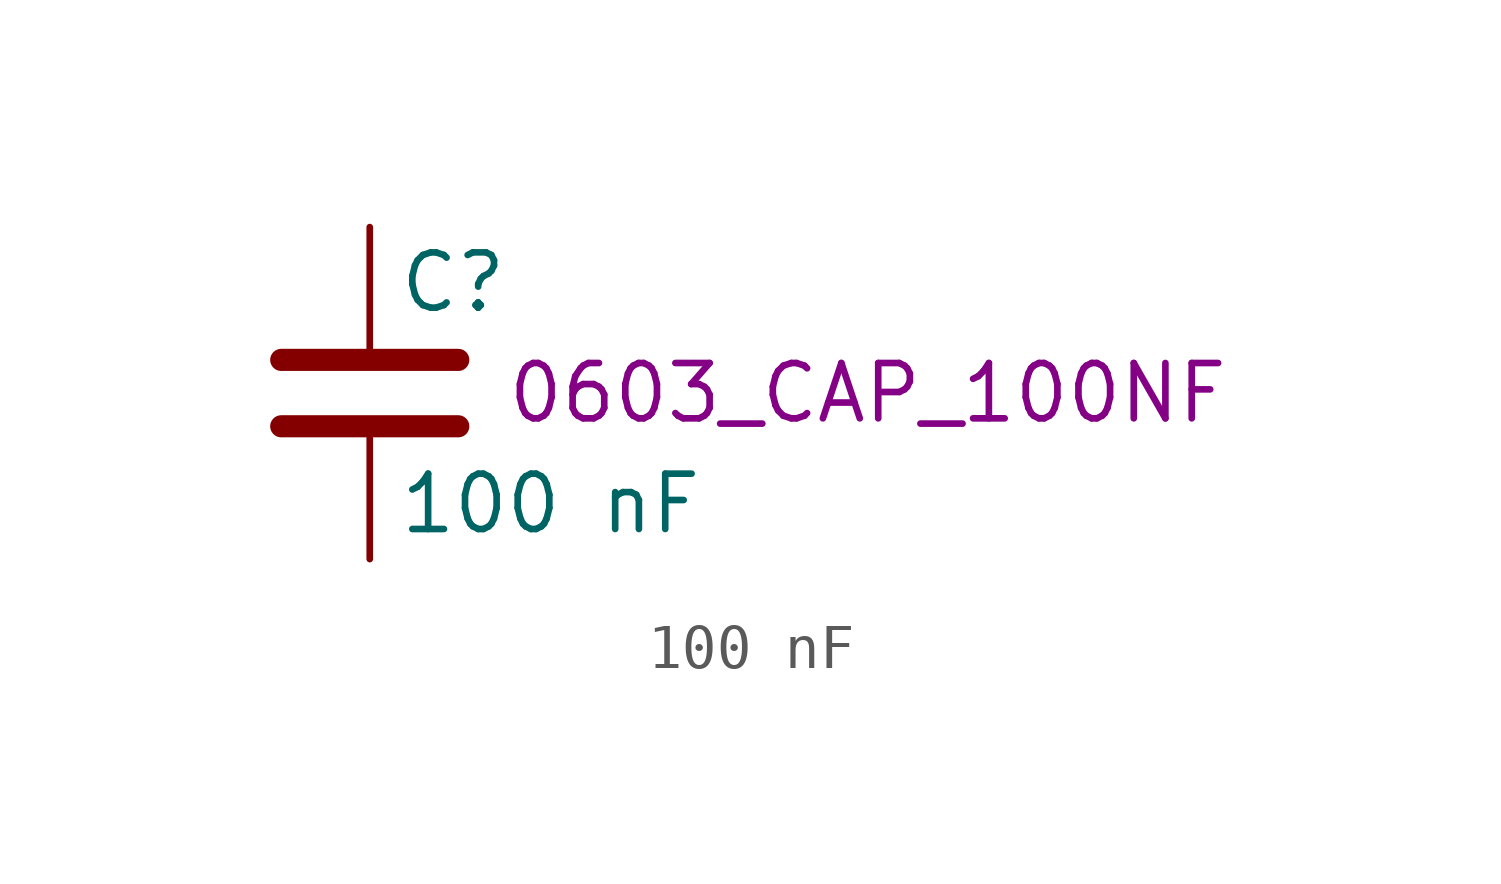
<source format=kicad_sym>
(kicad_symbol_lib
  (version 20211014)
  (generator kicad_symbol_editor)
  (symbol "100 nF"
    (pin_numbers hide)
    (pin_names
      (offset 0.254))
    (property "Reference" "C"
      (at 0.635 2.54 0)
      (effects (font (size 1.27 1.27)) (justify left)))
    (property "Value" "100 nF"
      (at 0.635 -2.54 0)
      (effects (font (size 1.27 1.27)) (justify left)))
    (property "Part Number" "0603_CAP_100NF"
      (at 11.43 0 0)
      (effects (font (size 1.27 1.27))))
    (symbol "100 nF_0_1"
      (polyline (pts (xy -2.032 -0.762) (xy 2.032 -0.762)) (stroke (width 0.508) (type default) (color 0 0 0 0)) (fill (type none)))
      (polyline (pts (xy -2.032 0.762) (xy 2.032 0.762)) (stroke (width 0.508) (type default) (color 0 0 0 0)) (fill (type none))))
    (symbol "100 nF_1_1"
      (pin passive line (at 0 3.81 270) (length 2.794) (name "~" (effects (font (size 1.27 1.27)))) (number "1" (effects (font (size 1.27 1.27)))))
      (pin passive line (at 0 -3.81 90) (length 2.794) (name "~" (effects (font (size 1.27 1.27)))) (number "2" (effects (font (size 1.27 1.27))))))))
</source>
